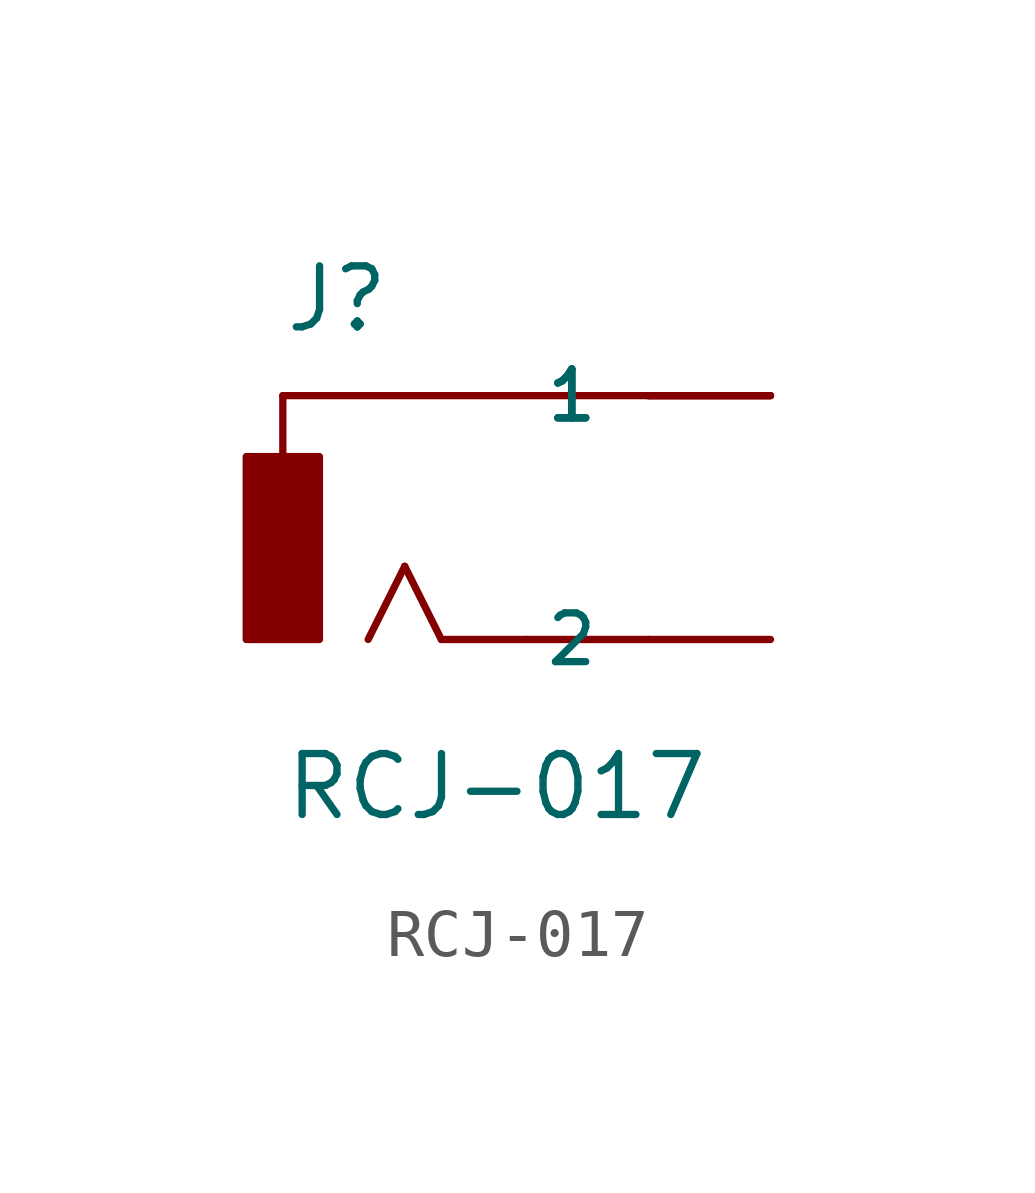
<source format=kicad_sym>
(kicad_symbol_lib
  (version 20211014)
  (generator kicad_symbol_editor)
  (symbol "RCJ-017"
    (pin_numbers hide)
    (pin_names
      (offset 1.016))
    (property "Reference" "J"
      (at -2.54 3.81 0)
      (effects (font (size 1.27 1.27)) (justify left bottom)))
    (property "Value" "RCJ-017"
      (at -2.54 -6.35 0)
      (effects (font (size 1.27 1.27)) (justify left bottom)))
    (property "ki_locked" ""
      (at 0 0 0)
      (effects (font (size 1.27 1.27))))
    (symbol "RCJ-017_0_0"
      (rectangle (start -3.302 -2.54) (end -1.778 1.27) (stroke (width 0) (type default) (color 0 0 0 0)) (fill (type outline)))
      (polyline (pts (xy -2.54 2.54) (xy -2.54 1.27)) (stroke (width 0.152) (type default) (color 0 0 0 0)) (fill (type none)))
      (polyline (pts (xy 0 -1.016) (xy -0.762 -2.54)) (stroke (width 0.152) (type default) (color 0 0 0 0)) (fill (type none)))
      (polyline (pts (xy 0.762 -2.54) (xy 0 -1.016)) (stroke (width 0.152) (type default) (color 0 0 0 0)) (fill (type none)))
      (polyline (pts (xy 2.54 -2.54) (xy 0.762 -2.54)) (stroke (width 0.152) (type default) (color 0 0 0 0)) (fill (type none)))
      (polyline (pts (xy 5.08 -2.54) (xy 2.54 -2.54)) (stroke (width 0.152) (type default) (color 0 0 0 0)) (fill (type none)))
      (polyline (pts (xy 5.08 2.54) (xy -2.54 2.54)) (stroke (width 0.152) (type default) (color 0 0 0 0)) (fill (type none)))
      (pin passive line (at 7.62 2.54 180) (length 2.54) (name "1" (effects (font (size 1.016 1.016)))) (number "1A" (effects (font (size 1.016 1.016)))))
      (pin passive line (at 7.62 2.54 180) (length 2.54) (name "1" (effects (font (size 1.016 1.016)))) (number "1B" (effects (font (size 1.016 1.016)))))
      (pin passive line (at 7.62 2.54 180) (length 2.54) (name "1" (effects (font (size 1.016 1.016)))) (number "1C" (effects (font (size 1.016 1.016)))))
      (pin passive line (at 7.62 -2.54 180) (length 2.54) (name "2" (effects (font (size 1.016 1.016)))) (number "2" (effects (font (size 1.016 1.016))))))))
</source>
